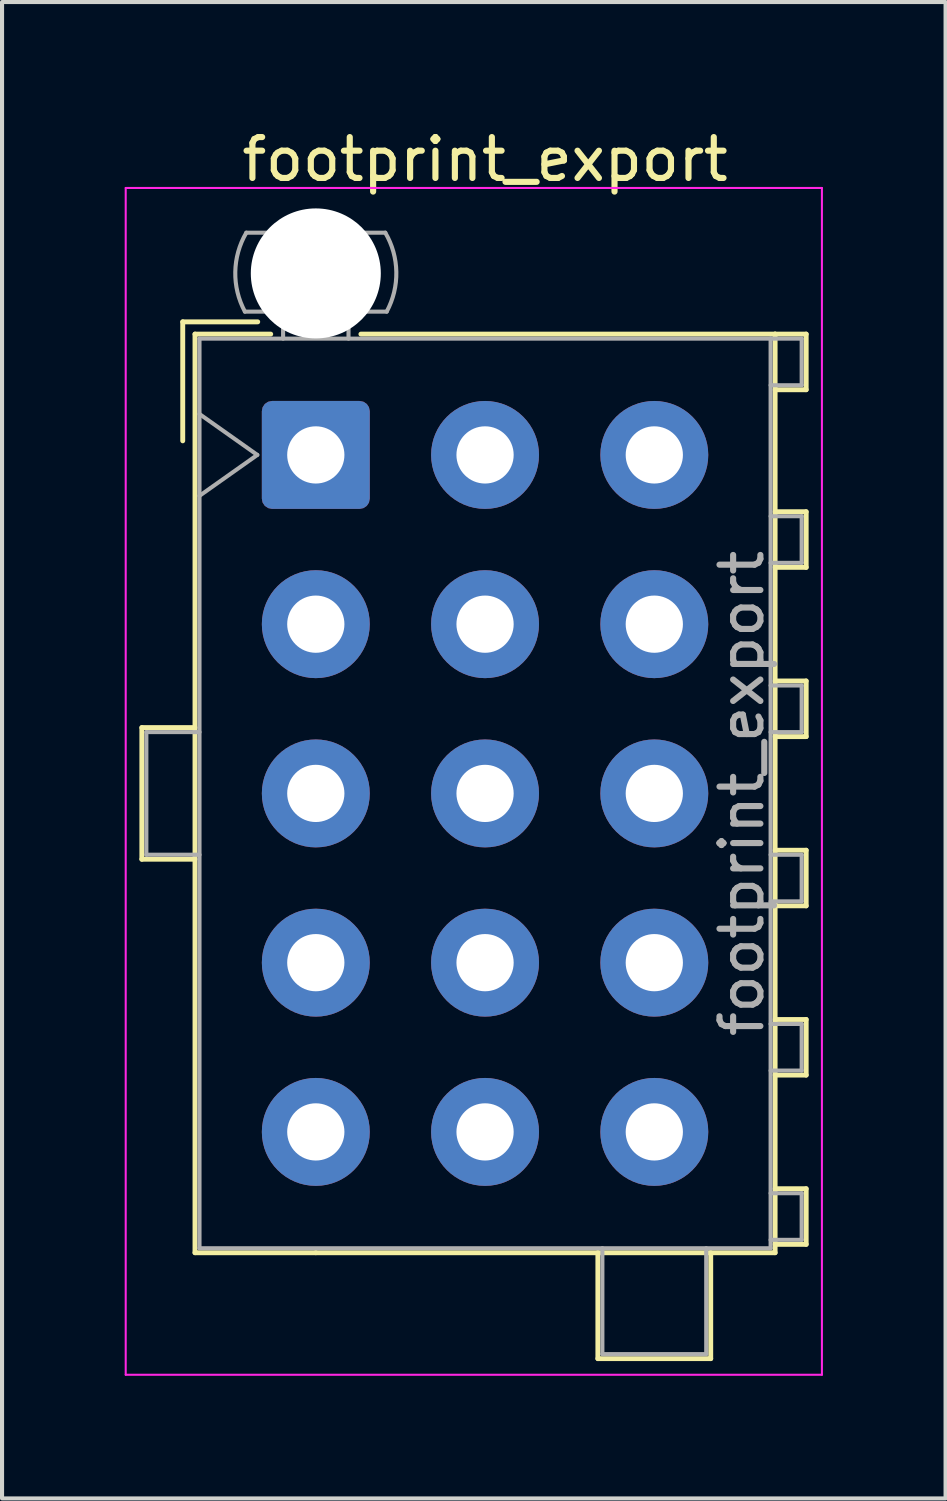
<source format=kicad_pcb>
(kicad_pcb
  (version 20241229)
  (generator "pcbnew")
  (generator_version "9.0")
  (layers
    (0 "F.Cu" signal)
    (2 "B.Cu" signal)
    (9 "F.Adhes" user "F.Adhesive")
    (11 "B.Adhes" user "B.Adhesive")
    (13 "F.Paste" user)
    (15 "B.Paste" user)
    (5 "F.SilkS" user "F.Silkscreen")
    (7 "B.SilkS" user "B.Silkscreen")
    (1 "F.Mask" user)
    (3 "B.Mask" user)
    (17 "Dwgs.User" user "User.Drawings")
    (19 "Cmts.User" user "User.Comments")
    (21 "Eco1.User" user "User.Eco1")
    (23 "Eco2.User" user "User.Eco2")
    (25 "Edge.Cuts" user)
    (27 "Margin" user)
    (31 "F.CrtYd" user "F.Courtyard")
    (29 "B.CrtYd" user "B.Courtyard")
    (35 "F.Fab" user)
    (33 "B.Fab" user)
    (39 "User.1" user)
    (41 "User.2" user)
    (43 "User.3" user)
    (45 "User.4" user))
  (footprint "footprint_export"
    (layer "F.Cu")
    (at 4.675 8.078)
    (property "Reference" "footprint_export" (at 4.14 -7.23 0) (layer "F.SilkS") (effects (font (size 1 1) (thickness 0.15))))
    (attr through_hole)
    (fp_line (start -4.255 6.67) (end -4.255 9.89) (stroke (width 0.12) (type solid)) (layer "F.SilkS"))
    (fp_line (start -4.255 9.89) (end -2.955 9.89) (stroke (width 0.12) (type solid)) (layer "F.SilkS"))
    (fp_line (start -3.255 -3.255) (end -3.255 -0.345) (stroke (width 0.12) (type solid)) (layer "F.SilkS"))
    (fp_line (start -2.955 -2.955) (end -2.955 19.515) (stroke (width 0.12) (type solid)) (layer "F.SilkS"))
    (fp_line (start -2.955 6.67) (end -4.255 6.67) (stroke (width 0.12) (type solid)) (layer "F.SilkS"))
    (fp_line (start -2.955 19.515) (end 0 19.515) (stroke (width 0.12) (type solid)) (layer "F.SilkS"))
    (fp_line (start -1.421 -3.255) (end -3.255 -3.255) (stroke (width 0.12) (type solid)) (layer "F.SilkS"))
    (fp_line (start -1.103 -2.955) (end -2.955 -2.955) (stroke (width 0.12) (type solid)) (layer "F.SilkS"))
    (fp_line (start 1.103 -2.955) (end 11.235 -2.955) (stroke (width 0.12) (type solid)) (layer "F.SilkS"))
    (fp_line (start 6.9 19.515) (end 6.9 22.106) (stroke (width 0.12) (type solid)) (layer "F.SilkS"))
    (fp_line (start 6.9 22.106) (end 9.66 22.106) (stroke (width 0.12) (type solid)) (layer "F.SilkS"))
    (fp_line (start 9.66 22.106) (end 9.66 19.515) (stroke (width 0.12) (type solid)) (layer "F.SilkS"))
    (fp_line (start 11.235 -2.955) (end 11.235 19.515) (stroke (width 0.12) (type solid)) (layer "F.SilkS"))
    (fp_line (start 11.235 -2.955) (end 11.995 -2.955) (stroke (width 0.12) (type solid)) (layer "F.SilkS"))
    (fp_line (start 11.235 1.39) (end 11.995 1.39) (stroke (width 0.12) (type solid)) (layer "F.SilkS"))
    (fp_line (start 11.235 5.53) (end 11.995 5.53) (stroke (width 0.12) (type solid)) (layer "F.SilkS"))
    (fp_line (start 11.235 9.67) (end 11.995 9.67) (stroke (width 0.12) (type solid)) (layer "F.SilkS"))
    (fp_line (start 11.235 13.81) (end 11.995 13.81) (stroke (width 0.12) (type solid)) (layer "F.SilkS"))
    (fp_line (start 11.235 17.95) (end 11.995 17.95) (stroke (width 0.12) (type solid)) (layer "F.SilkS"))
    (fp_line (start 11.235 19.515) (end 0 19.515) (stroke (width 0.12) (type solid)) (layer "F.SilkS"))
    (fp_line (start 11.995 -2.955) (end 11.995 -1.595) (stroke (width 0.12) (type solid)) (layer "F.SilkS"))
    (fp_line (start 11.995 -1.595) (end 11.235 -1.595) (stroke (width 0.12) (type solid)) (layer "F.SilkS"))
    (fp_line (start 11.995 1.39) (end 11.995 2.75) (stroke (width 0.12) (type solid)) (layer "F.SilkS"))
    (fp_line (start 11.995 2.75) (end 11.235 2.75) (stroke (width 0.12) (type solid)) (layer "F.SilkS"))
    (fp_line (start 11.995 5.53) (end 11.995 6.89) (stroke (width 0.12) (type solid)) (layer "F.SilkS"))
    (fp_line (start 11.995 6.89) (end 11.235 6.89) (stroke (width 0.12) (type solid)) (layer "F.SilkS"))
    (fp_line (start 11.995 9.67) (end 11.995 11.03) (stroke (width 0.12) (type solid)) (layer "F.SilkS"))
    (fp_line (start 11.995 11.03) (end 11.235 11.03) (stroke (width 0.12) (type solid)) (layer "F.SilkS"))
    (fp_line (start 11.995 13.81) (end 11.995 15.17) (stroke (width 0.12) (type solid)) (layer "F.SilkS"))
    (fp_line (start 11.995 15.17) (end 11.235 15.17) (stroke (width 0.12) (type solid)) (layer "F.SilkS"))
    (fp_line (start 11.995 17.95) (end 11.995 19.31) (stroke (width 0.12) (type solid)) (layer "F.SilkS"))
    (fp_line (start 11.995 19.31) (end 11.235 19.31) (stroke (width 0.12) (type solid)) (layer "F.SilkS"))
    (fp_line (start -4.65 -6.53) (end -4.65 22.5) (stroke (width 0.05) (type solid)) (layer "F.CrtYd"))
    (fp_line (start -4.65 22.5) (end 12.38 22.5) (stroke (width 0.05) (type solid)) (layer "F.CrtYd"))
    (fp_line (start 12.38 -6.53) (end -4.65 -6.53) (stroke (width 0.05) (type solid)) (layer "F.CrtYd"))
    (fp_line (start 12.38 22.5) (end 12.38 -6.53) (stroke (width 0.05) (type solid)) (layer "F.CrtYd"))
    (fp_line (start -4.145 6.78) (end -4.145 9.78) (stroke (width 0.1) (type solid)) (layer "F.Fab"))
    (fp_line (start -4.145 9.78) (end -2.845 9.78) (stroke (width 0.1) (type solid)) (layer "F.Fab"))
    (fp_line (start -2.845 -2.845) (end -2.845 19.405) (stroke (width 0.1) (type solid)) (layer "F.Fab"))
    (fp_line (start -2.845 -1) (end -1.431 0) (stroke (width 0.1) (type solid)) (layer "F.Fab"))
    (fp_line (start -2.845 6.78) (end -4.145 6.78) (stroke (width 0.1) (type solid)) (layer "F.Fab"))
    (fp_line (start -2.845 19.405) (end 11.125 19.405) (stroke (width 0.1) (type solid)) (layer "F.Fab"))
    (fp_line (start -1.431 0) (end -2.845 1) (stroke (width 0.1) (type solid)) (layer "F.Fab"))
    (fp_line (start -0.8 -2.845) (end -0.8 -3.505) (stroke (width 0.1) (type solid)) (layer "F.Fab"))
    (fp_line (start 0.8 -2.845) (end 0.8 -3.505) (stroke (width 0.1) (type solid)) (layer "F.Fab"))
    (fp_line (start 1.7 -5.436) (end -1.7 -5.436) (stroke (width 0.1) (type solid)) (layer "F.Fab"))
    (fp_line (start 1.734 -3.505) (end -1.734 -3.505) (stroke (width 0.1) (type solid)) (layer "F.Fab"))
    (fp_line (start 7.01 19.405) (end 7.01 21.996) (stroke (width 0.1) (type solid)) (layer "F.Fab"))
    (fp_line (start 7.01 21.996) (end 9.55 21.996) (stroke (width 0.1) (type solid)) (layer "F.Fab"))
    (fp_line (start 9.55 21.996) (end 9.55 19.405) (stroke (width 0.1) (type solid)) (layer "F.Fab"))
    (fp_line (start 11.125 -2.845) (end -2.845 -2.845) (stroke (width 0.1) (type solid)) (layer "F.Fab"))
    (fp_line (start 11.125 -2.845) (end 11.885 -2.845) (stroke (width 0.1) (type solid)) (layer "F.Fab"))
    (fp_line (start 11.125 1.5) (end 11.885 1.5) (stroke (width 0.1) (type solid)) (layer "F.Fab"))
    (fp_line (start 11.125 5.64) (end 11.885 5.64) (stroke (width 0.1) (type solid)) (layer "F.Fab"))
    (fp_line (start 11.125 9.78) (end 11.885 9.78) (stroke (width 0.1) (type solid)) (layer "F.Fab"))
    (fp_line (start 11.125 13.92) (end 11.885 13.92) (stroke (width 0.1) (type solid)) (layer "F.Fab"))
    (fp_line (start 11.125 18.06) (end 11.885 18.06) (stroke (width 0.1) (type solid)) (layer "F.Fab"))
    (fp_line (start 11.125 19.405) (end 11.125 -2.845) (stroke (width 0.1) (type solid)) (layer "F.Fab"))
    (fp_line (start 11.885 -2.845) (end 11.885 -1.705) (stroke (width 0.1) (type solid)) (layer "F.Fab"))
    (fp_line (start 11.885 -1.705) (end 11.125 -1.705) (stroke (width 0.1) (type solid)) (layer "F.Fab"))
    (fp_line (start 11.885 1.5) (end 11.885 2.64) (stroke (width 0.1) (type solid)) (layer "F.Fab"))
    (fp_line (start 11.885 2.64) (end 11.125 2.64) (stroke (width 0.1) (type solid)) (layer "F.Fab"))
    (fp_line (start 11.885 5.64) (end 11.885 6.78) (stroke (width 0.1) (type solid)) (layer "F.Fab"))
    (fp_line (start 11.885 6.78) (end 11.125 6.78) (stroke (width 0.1) (type solid)) (layer "F.Fab"))
    (fp_line (start 11.885 9.78) (end 11.885 10.92) (stroke (width 0.1) (type solid)) (layer "F.Fab"))
    (fp_line (start 11.885 10.92) (end 11.125 10.92) (stroke (width 0.1) (type solid)) (layer "F.Fab"))
    (fp_line (start 11.885 13.92) (end 11.885 15.06) (stroke (width 0.1) (type solid)) (layer "F.Fab"))
    (fp_line (start 11.885 15.06) (end 11.125 15.06) (stroke (width 0.1) (type solid)) (layer "F.Fab"))
    (fp_line (start 11.885 18.06) (end 11.885 19.2) (stroke (width 0.1) (type solid)) (layer "F.Fab"))
    (fp_line (start 11.885 19.2) (end 11.125 19.2) (stroke (width 0.1) (type solid)) (layer "F.Fab"))
    (fp_arc (start -1.733977 -3.505) (mid -1.96969 -4.474992) (end -1.699672 -5.436) (stroke (width 0.1) (type solid)) (layer "F.Fab"))
    (fp_arc (start 1.699672 -5.436) (mid 1.969689 -4.474992) (end 1.733977 -3.505) (stroke (width 0.1) (type solid)) (layer "F.Fab"))
    (fp_text user "${REFERENCE}" (at 10.42 8.28 90) (layer "F.Fab") (effects (font (size 1 1) (thickness 0.15))))
    (pad "" np_thru_hole circle (at 0 -4.44) (size 3.18 3.18) (drill 3.18) (layers "*.Cu" "*.Mask"))
    (pad "1" thru_hole roundrect (at 0 0) (size 2.64 2.64) (drill 1.4) (layers "*.Cu" "*.Mask") (roundrect_rratio 0.095))
    (pad "2" thru_hole circle (at 0 4.14) (size 2.64 2.64) (drill 1.4) (layers "*.Cu" "*.Mask"))
    (pad "3" thru_hole circle (at 0 8.28) (size 2.64 2.64) (drill 1.4) (layers "*.Cu" "*.Mask"))
    (pad "4" thru_hole circle (at 0 12.42) (size 2.64 2.64) (drill 1.4) (layers "*.Cu" "*.Mask"))
    (pad "5" thru_hole circle (at 0 16.56) (size 2.64 2.64) (drill 1.4) (layers "*.Cu" "*.Mask"))
    (pad "6" thru_hole circle (at 4.14 0) (size 2.64 2.64) (drill 1.4) (layers "*.Cu" "*.Mask"))
    (pad "7" thru_hole circle (at 4.14 4.14) (size 2.64 2.64) (drill 1.4) (layers "*.Cu" "*.Mask"))
    (pad "8" thru_hole circle (at 4.14 8.28) (size 2.64 2.64) (drill 1.4) (layers "*.Cu" "*.Mask"))
    (pad "9" thru_hole circle (at 4.14 12.42) (size 2.64 2.64) (drill 1.4) (layers "*.Cu" "*.Mask"))
    (pad "10" thru_hole circle (at 4.14 16.56) (size 2.64 2.64) (drill 1.4) (layers "*.Cu" "*.Mask"))
    (pad "11" thru_hole circle (at 8.28 0) (size 2.64 2.64) (drill 1.4) (layers "*.Cu" "*.Mask"))
    (pad "12" thru_hole circle (at 8.28 4.14) (size 2.64 2.64) (drill 1.4) (layers "*.Cu" "*.Mask"))
    (pad "13" thru_hole circle (at 8.28 8.28) (size 2.64 2.64) (drill 1.4) (layers "*.Cu" "*.Mask"))
    (pad "14" thru_hole circle (at 8.28 12.42) (size 2.64 2.64) (drill 1.4) (layers "*.Cu" "*.Mask"))
    (pad "15" thru_hole circle (at 8.28 16.56) (size 2.64 2.64) (drill 1.4) (layers "*.Cu" "*.Mask")))
  (gr_rect
    (start -3 -3)
    (end 20.08 33.603)
    (stroke (width 0.1) (type default))
    (fill no)
    (layer "Edge.Cuts")))
</source>
